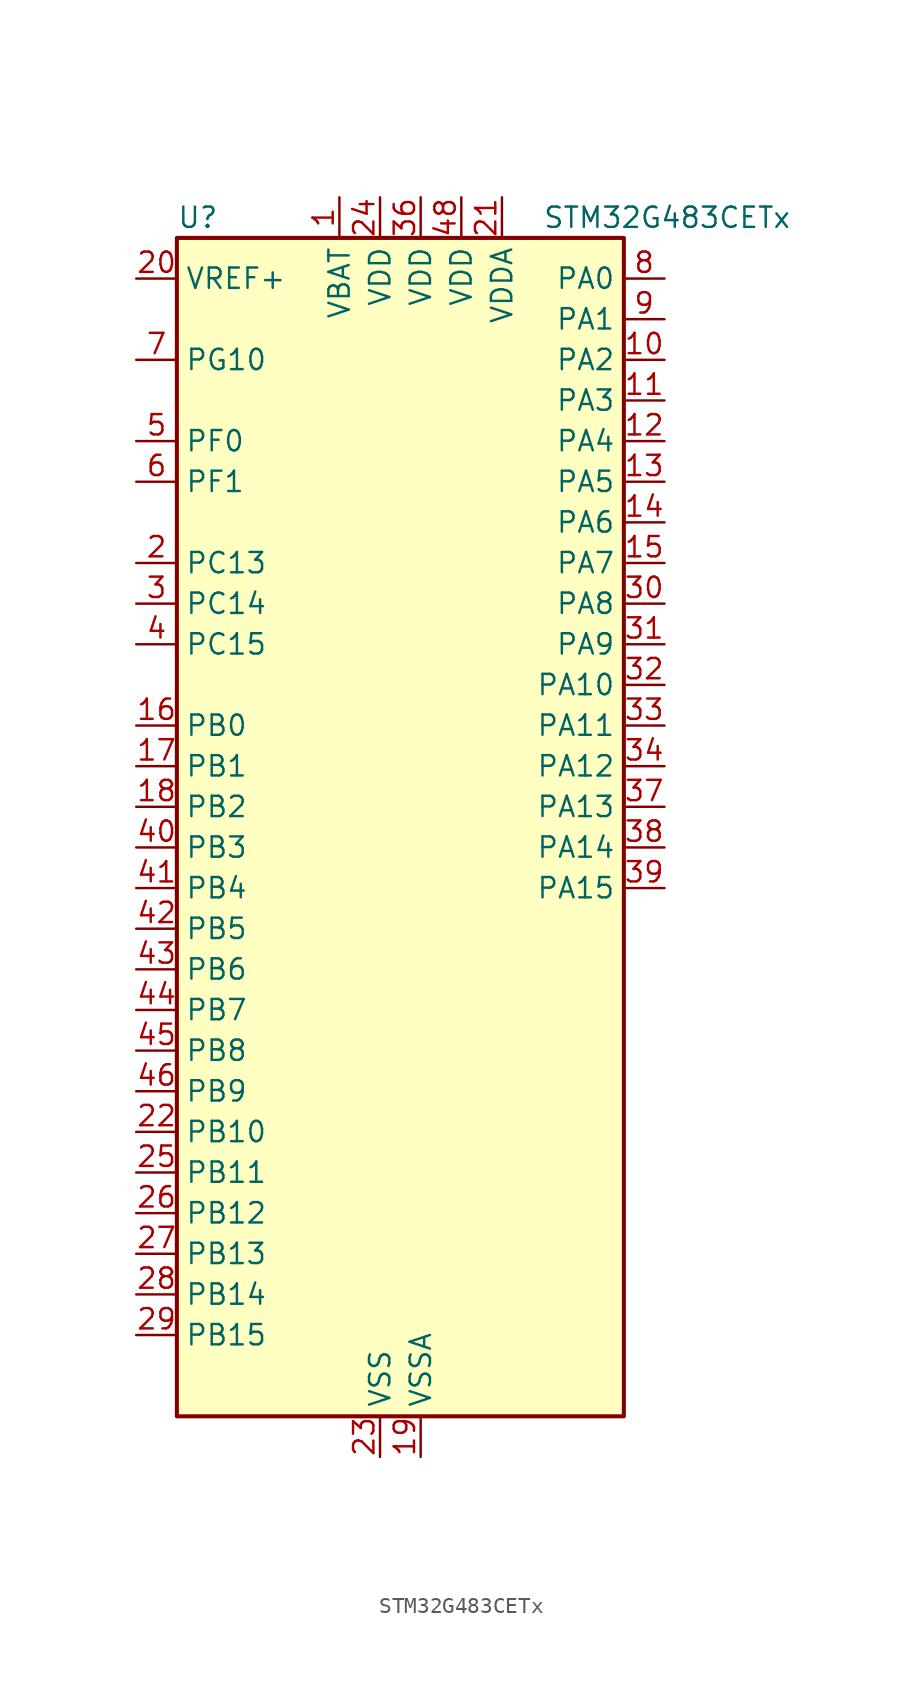
<source format=kicad_sym>
(kicad_symbol_lib
  (version 20220914)
  (generator kicad_symbol_editor)
  (symbol "STM32G483CETx"
    (property "Reference" "U"
      (at -12.7 39.37 0)
      (effects (font (size 1.27 1.27)) (justify left)))
    (property "Value" "STM32G483CETx"
      (at 10.16 39.37 0)
      (effects (font (size 1.27 1.27)) (justify left)))
    (property "ki_locked" ""
      (at 0 0 0)
      (effects (font (size 1.27 1.27))))
    (symbol "STM32G483CETx_0_1"
      (rectangle (start -12.7 -35.56) (end 15.24 38.1) (stroke (width 0.254) (type default)) (fill (type background))))
    (symbol "STM32G483CETx_1_1"
      (pin power_in line (at -2.54 40.64 270) (length 2.54) (name "VBAT" (effects (font (size 1.27 1.27)))) (number "1" (effects (font (size 1.27 1.27)))))
      (pin bidirectional line (at 17.78 30.48 180) (length 2.54) (name "PA2" (effects (font (size 1.27 1.27)))) (number "10" (effects (font (size 1.27 1.27)))) (alternate "ADC1_IN3" bidirectional line) (alternate "ADC3_EXTI2" bidirectional line) (alternate "ADC4_EXTI2" bidirectional line) (alternate "ADC5_EXTI2" bidirectional line) (alternate "COMP2_INM" bidirectional line) (alternate "COMP2_OUT" bidirectional line) (alternate "LPUART1_TX" bidirectional line) (alternate "OPAMP1_VOUT" bidirectional line) (alternate "QUADSPI1_BK1_NCS" bidirectional line) (alternate "RCC_LSCO" bidirectional line) (alternate "SYS_WKUP4" bidirectional line) (alternate "TIM15_CH1" bidirectional line) (alternate "TIM2_CH3" bidirectional line) (alternate "TIM5_CH3" bidirectional line) (alternate "UCPD1_FRSTX1" bidirectional line) (alternate "UCPD1_FRSTX2" bidirectional line) (alternate "USART2_TX" bidirectional line))
      (pin bidirectional line (at 17.78 27.94 180) (length 2.54) (name "PA3" (effects (font (size 1.27 1.27)))) (number "11" (effects (font (size 1.27 1.27)))) (alternate "ADC1_IN4" bidirectional line) (alternate "ADC3_EXTI3" bidirectional line) (alternate "ADC4_EXTI3" bidirectional line) (alternate "ADC5_EXTI3" bidirectional line) (alternate "COMP2_INP" bidirectional line) (alternate "LPUART1_RX" bidirectional line) (alternate "OPAMP1_VINM" bidirectional line) (alternate "OPAMP1_VINM0" bidirectional line) (alternate "OPAMP1_VINM_SEC" bidirectional line) (alternate "OPAMP1_VINP" bidirectional line) (alternate "OPAMP1_VINP_SEC" bidirectional line) (alternate "OPAMP5_VINM" bidirectional line) (alternate "OPAMP5_VINM1" bidirectional line) (alternate "OPAMP5_VINM_SEC" bidirectional line) (alternate "QUADSPI1_CLK" bidirectional line) (alternate "SAI1_CK1" bidirectional line) (alternate "SAI1_MCLK_A" bidirectional line) (alternate "TIM15_CH2" bidirectional line) (alternate "TIM2_CH4" bidirectional line) (alternate "TIM5_CH4" bidirectional line) (alternate "USART2_RX" bidirectional line))
      (pin bidirectional line (at 17.78 25.4 180) (length 2.54) (name "PA4" (effects (font (size 1.27 1.27)))) (number "12" (effects (font (size 1.27 1.27)))) (alternate "ADC2_IN17" bidirectional line) (alternate "COMP1_INM" bidirectional line) (alternate "DAC1_OUT1" bidirectional line) (alternate "I2S3_WS" bidirectional line) (alternate "SAI1_FS_B" bidirectional line) (alternate "SPI1_NSS" bidirectional line) (alternate "SPI3_NSS" bidirectional line) (alternate "TIM3_CH2" bidirectional line) (alternate "USART2_CK" bidirectional line))
      (pin bidirectional line (at 17.78 22.86 180) (length 2.54) (name "PA5" (effects (font (size 1.27 1.27)))) (number "13" (effects (font (size 1.27 1.27)))) (alternate "ADC2_IN13" bidirectional line) (alternate "COMP2_INM" bidirectional line) (alternate "DAC1_OUT2" bidirectional line) (alternate "OPAMP2_VINM" bidirectional line) (alternate "OPAMP2_VINM0" bidirectional line) (alternate "OPAMP2_VINM_SEC" bidirectional line) (alternate "SPI1_SCK" bidirectional line) (alternate "TIM2_CH1" bidirectional line) (alternate "TIM2_ETR" bidirectional line) (alternate "UCPD1_FRSTX1" bidirectional line) (alternate "UCPD1_FRSTX2" bidirectional line))
      (pin bidirectional line (at 17.78 20.32 180) (length 2.54) (name "PA6" (effects (font (size 1.27 1.27)))) (number "14" (effects (font (size 1.27 1.27)))) (alternate "ADC2_IN3" bidirectional line) (alternate "COMP1_OUT" bidirectional line) (alternate "DAC2_OUT1" bidirectional line) (alternate "LPUART1_CTS" bidirectional line) (alternate "OPAMP2_VOUT" bidirectional line) (alternate "QUADSPI1_BK1_IO3" bidirectional line) (alternate "SPI1_MISO" bidirectional line) (alternate "TIM16_CH1" bidirectional line) (alternate "TIM1_BKIN" bidirectional line) (alternate "TIM3_CH1" bidirectional line) (alternate "TIM8_BKIN" bidirectional line))
      (pin bidirectional line (at 17.78 17.78 180) (length 2.54) (name "PA7" (effects (font (size 1.27 1.27)))) (number "15" (effects (font (size 1.27 1.27)))) (alternate "ADC2_IN4" bidirectional line) (alternate "COMP2_INP" bidirectional line) (alternate "COMP2_OUT" bidirectional line) (alternate "OPAMP1_VINP" bidirectional line) (alternate "OPAMP1_VINP_SEC" bidirectional line) (alternate "OPAMP2_VINP" bidirectional line) (alternate "OPAMP2_VINP_SEC" bidirectional line) (alternate "QUADSPI1_BK1_IO2" bidirectional line) (alternate "SPI1_MOSI" bidirectional line) (alternate "TIM17_CH1" bidirectional line) (alternate "TIM1_CH1N" bidirectional line) (alternate "TIM3_CH2" bidirectional line) (alternate "TIM8_CH1N" bidirectional line) (alternate "UCPD1_FRSTX1" bidirectional line) (alternate "UCPD1_FRSTX2" bidirectional line))
      (pin bidirectional line (at -15.24 7.62 0) (length 2.54) (name "PB0" (effects (font (size 1.27 1.27)))) (number "16" (effects (font (size 1.27 1.27)))) (alternate "ADC1_IN15" bidirectional line) (alternate "ADC3_IN12" bidirectional line) (alternate "COMP4_INP" bidirectional line) (alternate "OPAMP2_VINP" bidirectional line) (alternate "OPAMP2_VINP_SEC" bidirectional line) (alternate "OPAMP3_VINP" bidirectional line) (alternate "OPAMP3_VINP_SEC" bidirectional line) (alternate "QUADSPI1_BK1_IO1" bidirectional line) (alternate "TIM1_CH2N" bidirectional line) (alternate "TIM3_CH3" bidirectional line) (alternate "TIM8_CH2N" bidirectional line) (alternate "UCPD1_FRSTX1" bidirectional line) (alternate "UCPD1_FRSTX2" bidirectional line))
      (pin bidirectional line (at -15.24 5.08 0) (length 2.54) (name "PB1" (effects (font (size 1.27 1.27)))) (number "17" (effects (font (size 1.27 1.27)))) (alternate "ADC1_IN12" bidirectional line) (alternate "ADC3_IN1" bidirectional line) (alternate "COMP1_INP" bidirectional line) (alternate "COMP4_OUT" bidirectional line) (alternate "LPUART1_DE" bidirectional line) (alternate "LPUART1_RTS" bidirectional line) (alternate "OPAMP3_VOUT" bidirectional line) (alternate "OPAMP6_VINM" bidirectional line) (alternate "OPAMP6_VINM1" bidirectional line) (alternate "OPAMP6_VINM_SEC" bidirectional line) (alternate "QUADSPI1_BK1_IO0" bidirectional line) (alternate "TIM1_CH3N" bidirectional line) (alternate "TIM3_CH4" bidirectional line) (alternate "TIM8_CH3N" bidirectional line))
      (pin bidirectional line (at -15.24 2.54 0) (length 2.54) (name "PB2" (effects (font (size 1.27 1.27)))) (number "18" (effects (font (size 1.27 1.27)))) (alternate "ADC2_IN12" bidirectional line) (alternate "ADC3_EXTI2" bidirectional line) (alternate "ADC4_EXTI2" bidirectional line) (alternate "ADC5_EXTI2" bidirectional line) (alternate "COMP4_INM" bidirectional line) (alternate "I2C3_SMBA" bidirectional line) (alternate "LPTIM1_OUT" bidirectional line) (alternate "OPAMP3_VINM" bidirectional line) (alternate "OPAMP3_VINM0" bidirectional line) (alternate "OPAMP3_VINM_SEC" bidirectional line) (alternate "QUADSPI1_BK2_IO1" bidirectional line) (alternate "RTC_OUT2" bidirectional line) (alternate "TIM20_CH1" bidirectional line) (alternate "TIM5_CH1" bidirectional line))
      (pin power_in line (at 2.54 -38.1 90) (length 2.54) (name "VSSA" (effects (font (size 1.27 1.27)))) (number "19" (effects (font (size 1.27 1.27)))))
      (pin bidirectional line (at -15.24 17.78 0) (length 2.54) (name "PC13" (effects (font (size 1.27 1.27)))) (number "2" (effects (font (size 1.27 1.27)))) (alternate "RTC_OUT1" bidirectional line) (alternate "RTC_TAMP1" bidirectional line) (alternate "RTC_TS" bidirectional line) (alternate "SYS_WKUP2" bidirectional line) (alternate "TIM1_BKIN" bidirectional line) (alternate "TIM1_CH1N" bidirectional line) (alternate "TIM8_CH4N" bidirectional line))
      (pin input line (at -15.24 35.56 0) (length 2.54) (name "VREF+" (effects (font (size 1.27 1.27)))) (number "20" (effects (font (size 1.27 1.27)))) (alternate "VREFBUF_OUT" bidirectional line))
      (pin power_in line (at 7.62 40.64 270) (length 2.54) (name "VDDA" (effects (font (size 1.27 1.27)))) (number "21" (effects (font (size 1.27 1.27)))))
      (pin bidirectional line (at -15.24 -17.78 0) (length 2.54) (name "PB10" (effects (font (size 1.27 1.27)))) (number "22" (effects (font (size 1.27 1.27)))) (alternate "COMP5_INM" bidirectional line) (alternate "DAC1_EXTI10" bidirectional line) (alternate "DAC2_EXTI10" bidirectional line) (alternate "DAC3_EXTI10" bidirectional line) (alternate "DAC4_EXTI10" bidirectional line) (alternate "LPUART1_RX" bidirectional line) (alternate "OPAMP3_VINM" bidirectional line) (alternate "OPAMP3_VINM1" bidirectional line) (alternate "OPAMP3_VINM_SEC" bidirectional line) (alternate "OPAMP4_VINM" bidirectional line) (alternate "OPAMP4_VINM0" bidirectional line) (alternate "OPAMP4_VINM_SEC" bidirectional line) (alternate "QUADSPI1_CLK" bidirectional line) (alternate "SAI1_SCK_A" bidirectional line) (alternate "TIM1_BKIN" bidirectional line) (alternate "TIM2_CH3" bidirectional line) (alternate "USART3_TX" bidirectional line))
      (pin power_in line (at 0 -38.1 90) (length 2.54) (name "VSS" (effects (font (size 1.27 1.27)))) (number "23" (effects (font (size 1.27 1.27)))))
      (pin power_in line (at 0 40.64 270) (length 2.54) (name "VDD" (effects (font (size 1.27 1.27)))) (number "24" (effects (font (size 1.27 1.27)))))
      (pin bidirectional line (at -15.24 -20.32 0) (length 2.54) (name "PB11" (effects (font (size 1.27 1.27)))) (number "25" (effects (font (size 1.27 1.27)))) (alternate "ADC1_EXTI11" bidirectional line) (alternate "ADC1_IN14" bidirectional line) (alternate "ADC2_EXTI11" bidirectional line) (alternate "ADC2_IN14" bidirectional line) (alternate "COMP6_INP" bidirectional line) (alternate "LPUART1_TX" bidirectional line) (alternate "OPAMP4_VINP" bidirectional line) (alternate "OPAMP4_VINP_SEC" bidirectional line) (alternate "OPAMP6_VOUT" bidirectional line) (alternate "QUADSPI1_BK1_NCS" bidirectional line) (alternate "TIM2_CH4" bidirectional line) (alternate "USART3_RX" bidirectional line))
      (pin bidirectional line (at -15.24 -22.86 0) (length 2.54) (name "PB12" (effects (font (size 1.27 1.27)))) (number "26" (effects (font (size 1.27 1.27)))) (alternate "ADC1_IN11" bidirectional line) (alternate "ADC4_IN3" bidirectional line) (alternate "COMP7_INM" bidirectional line) (alternate "FDCAN2_RX" bidirectional line) (alternate "I2C2_SMBA" bidirectional line) (alternate "I2S2_WS" bidirectional line) (alternate "LPUART1_DE" bidirectional line) (alternate "LPUART1_RTS" bidirectional line) (alternate "OPAMP4_VOUT" bidirectional line) (alternate "OPAMP6_VINP" bidirectional line) (alternate "OPAMP6_VINP_SEC" bidirectional line) (alternate "SPI2_NSS" bidirectional line) (alternate "TIM1_BKIN" bidirectional line) (alternate "TIM5_ETR" bidirectional line) (alternate "USART3_CK" bidirectional line))
      (pin bidirectional line (at -15.24 -25.4 0) (length 2.54) (name "PB13" (effects (font (size 1.27 1.27)))) (number "27" (effects (font (size 1.27 1.27)))) (alternate "ADC3_IN5" bidirectional line) (alternate "COMP5_INP" bidirectional line) (alternate "FDCAN2_TX" bidirectional line) (alternate "I2S2_CK" bidirectional line) (alternate "LPUART1_CTS" bidirectional line) (alternate "OPAMP3_VINP" bidirectional line) (alternate "OPAMP3_VINP_SEC" bidirectional line) (alternate "OPAMP4_VINP" bidirectional line) (alternate "OPAMP4_VINP_SEC" bidirectional line) (alternate "OPAMP6_VINP" bidirectional line) (alternate "OPAMP6_VINP_SEC" bidirectional line) (alternate "SPI2_SCK" bidirectional line) (alternate "TIM1_CH1N" bidirectional line) (alternate "USART3_CTS" bidirectional line) (alternate "USART3_NSS" bidirectional line))
      (pin bidirectional line (at -15.24 -27.94 0) (length 2.54) (name "PB14" (effects (font (size 1.27 1.27)))) (number "28" (effects (font (size 1.27 1.27)))) (alternate "ADC1_IN5" bidirectional line) (alternate "ADC4_IN4" bidirectional line) (alternate "COMP4_OUT" bidirectional line) (alternate "COMP7_INP" bidirectional line) (alternate "OPAMP2_VINP" bidirectional line) (alternate "OPAMP2_VINP_SEC" bidirectional line) (alternate "OPAMP5_VINP" bidirectional line) (alternate "OPAMP5_VINP_SEC" bidirectional line) (alternate "SPI2_MISO" bidirectional line) (alternate "TIM15_CH1" bidirectional line) (alternate "TIM1_CH2N" bidirectional line) (alternate "USART3_DE" bidirectional line) (alternate "USART3_RTS" bidirectional line))
      (pin bidirectional line (at -15.24 -30.48 0) (length 2.54) (name "PB15" (effects (font (size 1.27 1.27)))) (number "29" (effects (font (size 1.27 1.27)))) (alternate "ADC1_EXTI15" bidirectional line) (alternate "ADC2_EXTI15" bidirectional line) (alternate "ADC2_IN15" bidirectional line) (alternate "ADC4_IN5" bidirectional line) (alternate "COMP3_OUT" bidirectional line) (alternate "COMP6_INM" bidirectional line) (alternate "I2S2_SD" bidirectional line) (alternate "OPAMP5_VINM" bidirectional line) (alternate "OPAMP5_VINM0" bidirectional line) (alternate "OPAMP5_VINM_SEC" bidirectional line) (alternate "RTC_REFIN" bidirectional line) (alternate "SPI2_MOSI" bidirectional line) (alternate "TIM15_CH1N" bidirectional line) (alternate "TIM15_CH2" bidirectional line) (alternate "TIM1_CH3N" bidirectional line))
      (pin bidirectional line (at -15.24 15.24 0) (length 2.54) (name "PC14" (effects (font (size 1.27 1.27)))) (number "3" (effects (font (size 1.27 1.27)))) (alternate "RCC_OSC32_IN" bidirectional line))
      (pin bidirectional line (at 17.78 15.24 180) (length 2.54) (name "PA8" (effects (font (size 1.27 1.27)))) (number "30" (effects (font (size 1.27 1.27)))) (alternate "ADC5_IN1" bidirectional line) (alternate "COMP7_OUT" bidirectional line) (alternate "FDCAN3_RX" bidirectional line) (alternate "I2C2_SDA" bidirectional line) (alternate "I2C3_SCL" bidirectional line) (alternate "I2S2_MCK" bidirectional line) (alternate "OPAMP5_VOUT" bidirectional line) (alternate "RCC_MCO" bidirectional line) (alternate "SAI1_CK2" bidirectional line) (alternate "SAI1_SCK_A" bidirectional line) (alternate "TIM1_CH1" bidirectional line) (alternate "TIM4_ETR" bidirectional line) (alternate "USART1_CK" bidirectional line))
      (pin bidirectional line (at 17.78 12.7 180) (length 2.54) (name "PA9" (effects (font (size 1.27 1.27)))) (number "31" (effects (font (size 1.27 1.27)))) (alternate "ADC5_IN2" bidirectional line) (alternate "COMP5_OUT" bidirectional line) (alternate "DAC1_EXTI9" bidirectional line) (alternate "DAC2_EXTI9" bidirectional line) (alternate "DAC3_EXTI9" bidirectional line) (alternate "DAC4_EXTI9" bidirectional line) (alternate "I2C2_SCL" bidirectional line) (alternate "I2C3_SMBA" bidirectional line) (alternate "I2S3_MCK" bidirectional line) (alternate "SAI1_FS_A" bidirectional line) (alternate "TIM15_BKIN" bidirectional line) (alternate "TIM1_CH2" bidirectional line) (alternate "TIM2_CH3" bidirectional line) (alternate "UCPD1_DBCC1" bidirectional line) (alternate "USART1_TX" bidirectional line))
      (pin bidirectional line (at 17.78 10.16 180) (length 2.54) (name "PA10" (effects (font (size 1.27 1.27)))) (number "32" (effects (font (size 1.27 1.27)))) (alternate "COMP6_OUT" bidirectional line) (alternate "CRS_SYNC" bidirectional line) (alternate "DAC1_EXTI10" bidirectional line) (alternate "DAC2_EXTI10" bidirectional line) (alternate "DAC3_EXTI10" bidirectional line) (alternate "DAC4_EXTI10" bidirectional line) (alternate "I2C2_SMBA" bidirectional line) (alternate "SAI1_D1" bidirectional line) (alternate "SAI1_SD_A" bidirectional line) (alternate "SPI2_MISO" bidirectional line) (alternate "TIM17_BKIN" bidirectional line) (alternate "TIM1_CH3" bidirectional line) (alternate "TIM2_CH4" bidirectional line) (alternate "TIM8_BKIN" bidirectional line) (alternate "UCPD1_DBCC2" bidirectional line) (alternate "USART1_RX" bidirectional line))
      (pin bidirectional line (at 17.78 7.62 180) (length 2.54) (name "PA11" (effects (font (size 1.27 1.27)))) (number "33" (effects (font (size 1.27 1.27)))) (alternate "ADC1_EXTI11" bidirectional line) (alternate "ADC2_EXTI11" bidirectional line) (alternate "COMP1_OUT" bidirectional line) (alternate "FDCAN1_RX" bidirectional line) (alternate "I2S2_SD" bidirectional line) (alternate "SPI2_MOSI" bidirectional line) (alternate "TIM1_BKIN2" bidirectional line) (alternate "TIM1_CH1N" bidirectional line) (alternate "TIM1_CH4" bidirectional line) (alternate "TIM4_CH1" bidirectional line) (alternate "USART1_CTS" bidirectional line) (alternate "USART1_NSS" bidirectional line) (alternate "USB_DM" bidirectional line))
      (pin bidirectional line (at 17.78 5.08 180) (length 2.54) (name "PA12" (effects (font (size 1.27 1.27)))) (number "34" (effects (font (size 1.27 1.27)))) (alternate "COMP2_OUT" bidirectional line) (alternate "FDCAN1_TX" bidirectional line) (alternate "I2S_CKIN" bidirectional line) (alternate "TIM16_CH1" bidirectional line) (alternate "TIM1_CH2N" bidirectional line) (alternate "TIM1_ETR" bidirectional line) (alternate "TIM4_CH2" bidirectional line) (alternate "USART1_DE" bidirectional line) (alternate "USART1_RTS" bidirectional line) (alternate "USB_DP" bidirectional line))
      (pin passive line (at 0 -38.1 90) (length 2.54) hide (name "VSS" (effects (font (size 1.27 1.27)))) (number "35" (effects (font (size 1.27 1.27)))))
      (pin power_in line (at 2.54 40.64 270) (length 2.54) (name "VDD" (effects (font (size 1.27 1.27)))) (number "36" (effects (font (size 1.27 1.27)))))
      (pin bidirectional line (at 17.78 2.54 180) (length 2.54) (name "PA13" (effects (font (size 1.27 1.27)))) (number "37" (effects (font (size 1.27 1.27)))) (alternate "I2C1_SCL" bidirectional line) (alternate "I2C4_SCL" bidirectional line) (alternate "IR_OUT" bidirectional line) (alternate "SAI1_SD_B" bidirectional line) (alternate "SYS_JTMS-SWDIO" bidirectional line) (alternate "TIM16_CH1N" bidirectional line) (alternate "TIM4_CH3" bidirectional line) (alternate "USART3_CTS" bidirectional line) (alternate "USART3_NSS" bidirectional line))
      (pin bidirectional line (at 17.78 0 180) (length 2.54) (name "PA14" (effects (font (size 1.27 1.27)))) (number "38" (effects (font (size 1.27 1.27)))) (alternate "I2C1_SDA" bidirectional line) (alternate "I2C4_SMBA" bidirectional line) (alternate "LPTIM1_OUT" bidirectional line) (alternate "SAI1_FS_B" bidirectional line) (alternate "SYS_JTCK-SWCLK" bidirectional line) (alternate "TIM1_BKIN" bidirectional line) (alternate "TIM8_CH2" bidirectional line) (alternate "USART2_TX" bidirectional line))
      (pin bidirectional line (at 17.78 -2.54 180) (length 2.54) (name "PA15" (effects (font (size 1.27 1.27)))) (number "39" (effects (font (size 1.27 1.27)))) (alternate "ADC1_EXTI15" bidirectional line) (alternate "ADC2_EXTI15" bidirectional line) (alternate "FDCAN3_TX" bidirectional line) (alternate "I2C1_SCL" bidirectional line) (alternate "I2S3_WS" bidirectional line) (alternate "SPI1_NSS" bidirectional line) (alternate "SPI3_NSS" bidirectional line) (alternate "SYS_JTDI" bidirectional line) (alternate "TIM1_BKIN" bidirectional line) (alternate "TIM2_CH1" bidirectional line) (alternate "TIM2_ETR" bidirectional line) (alternate "TIM8_CH1" bidirectional line) (alternate "USART2_RX" bidirectional line))
      (pin bidirectional line (at -15.24 12.7 0) (length 2.54) (name "PC15" (effects (font (size 1.27 1.27)))) (number "4" (effects (font (size 1.27 1.27)))) (alternate "ADC1_EXTI15" bidirectional line) (alternate "ADC2_EXTI15" bidirectional line) (alternate "RCC_OSC32_OUT" bidirectional line))
      (pin bidirectional line (at -15.24 0 0) (length 2.54) (name "PB3" (effects (font (size 1.27 1.27)))) (number "40" (effects (font (size 1.27 1.27)))) (alternate "ADC3_EXTI3" bidirectional line) (alternate "ADC4_EXTI3" bidirectional line) (alternate "ADC5_EXTI3" bidirectional line) (alternate "CRS_SYNC" bidirectional line) (alternate "FDCAN3_RX" bidirectional line) (alternate "I2S3_CK" bidirectional line) (alternate "SAI1_SCK_B" bidirectional line) (alternate "SPI1_SCK" bidirectional line) (alternate "SPI3_SCK" bidirectional line) (alternate "SYS_JTDO-SWO" bidirectional line) (alternate "TIM2_CH2" bidirectional line) (alternate "TIM3_ETR" bidirectional line) (alternate "TIM4_ETR" bidirectional line) (alternate "TIM8_CH1N" bidirectional line) (alternate "USART2_TX" bidirectional line))
      (pin bidirectional line (at -15.24 -2.54 0) (length 2.54) (name "PB4" (effects (font (size 1.27 1.27)))) (number "41" (effects (font (size 1.27 1.27)))) (alternate "FDCAN3_TX" bidirectional line) (alternate "SAI1_MCLK_B" bidirectional line) (alternate "SPI1_MISO" bidirectional line) (alternate "SPI3_MISO" bidirectional line) (alternate "SYS_JTRST" bidirectional line) (alternate "TIM16_CH1" bidirectional line) (alternate "TIM17_BKIN" bidirectional line) (alternate "TIM3_CH1" bidirectional line) (alternate "TIM8_CH2N" bidirectional line) (alternate "UCPD1_CC2" bidirectional line) (alternate "USART2_RX" bidirectional line))
      (pin bidirectional line (at -15.24 -5.08 0) (length 2.54) (name "PB5" (effects (font (size 1.27 1.27)))) (number "42" (effects (font (size 1.27 1.27)))) (alternate "FDCAN2_RX" bidirectional line) (alternate "I2C1_SMBA" bidirectional line) (alternate "I2C3_SDA" bidirectional line) (alternate "I2S3_SD" bidirectional line) (alternate "LPTIM1_IN1" bidirectional line) (alternate "SAI1_SD_B" bidirectional line) (alternate "SPI1_MOSI" bidirectional line) (alternate "SPI3_MOSI" bidirectional line) (alternate "TIM16_BKIN" bidirectional line) (alternate "TIM17_CH1" bidirectional line) (alternate "TIM3_CH2" bidirectional line) (alternate "TIM8_CH3N" bidirectional line) (alternate "USART2_CK" bidirectional line))
      (pin bidirectional line (at -15.24 -7.62 0) (length 2.54) (name "PB6" (effects (font (size 1.27 1.27)))) (number "43" (effects (font (size 1.27 1.27)))) (alternate "COMP4_OUT" bidirectional line) (alternate "FDCAN2_TX" bidirectional line) (alternate "LPTIM1_ETR" bidirectional line) (alternate "SAI1_FS_B" bidirectional line) (alternate "TIM16_CH1N" bidirectional line) (alternate "TIM4_CH1" bidirectional line) (alternate "TIM8_BKIN2" bidirectional line) (alternate "TIM8_CH1" bidirectional line) (alternate "TIM8_ETR" bidirectional line) (alternate "UCPD1_CC1" bidirectional line) (alternate "USART1_TX" bidirectional line))
      (pin bidirectional line (at -15.24 -10.16 0) (length 2.54) (name "PB7" (effects (font (size 1.27 1.27)))) (number "44" (effects (font (size 1.27 1.27)))) (alternate "COMP3_OUT" bidirectional line) (alternate "I2C1_SDA" bidirectional line) (alternate "I2C4_SDA" bidirectional line) (alternate "LPTIM1_IN2" bidirectional line) (alternate "SYS_PVD_IN" bidirectional line) (alternate "TIM17_CH1N" bidirectional line) (alternate "TIM3_CH4" bidirectional line) (alternate "TIM4_CH2" bidirectional line) (alternate "TIM8_BKIN" bidirectional line) (alternate "USART1_RX" bidirectional line))
      (pin bidirectional line (at -15.24 -12.7 0) (length 2.54) (name "PB8" (effects (font (size 1.27 1.27)))) (number "45" (effects (font (size 1.27 1.27)))) (alternate "COMP1_OUT" bidirectional line) (alternate "FDCAN1_RX" bidirectional line) (alternate "I2C1_SCL" bidirectional line) (alternate "SAI1_CK1" bidirectional line) (alternate "SAI1_MCLK_A" bidirectional line) (alternate "TIM16_CH1" bidirectional line) (alternate "TIM1_BKIN" bidirectional line) (alternate "TIM4_CH3" bidirectional line) (alternate "TIM8_CH2" bidirectional line) (alternate "USART3_RX" bidirectional line))
      (pin bidirectional line (at -15.24 -15.24 0) (length 2.54) (name "PB9" (effects (font (size 1.27 1.27)))) (number "46" (effects (font (size 1.27 1.27)))) (alternate "COMP2_OUT" bidirectional line) (alternate "DAC1_EXTI9" bidirectional line) (alternate "DAC2_EXTI9" bidirectional line) (alternate "DAC3_EXTI9" bidirectional line) (alternate "DAC4_EXTI9" bidirectional line) (alternate "FDCAN1_TX" bidirectional line) (alternate "I2C1_SDA" bidirectional line) (alternate "IR_OUT" bidirectional line) (alternate "SAI1_D2" bidirectional line) (alternate "SAI1_FS_A" bidirectional line) (alternate "TIM17_CH1" bidirectional line) (alternate "TIM1_CH3N" bidirectional line) (alternate "TIM4_CH4" bidirectional line) (alternate "TIM8_CH3" bidirectional line) (alternate "USART3_TX" bidirectional line))
      (pin passive line (at 0 -38.1 90) (length 2.54) hide (name "VSS" (effects (font (size 1.27 1.27)))) (number "47" (effects (font (size 1.27 1.27)))))
      (pin power_in line (at 5.08 40.64 270) (length 2.54) (name "VDD" (effects (font (size 1.27 1.27)))) (number "48" (effects (font (size 1.27 1.27)))))
      (pin bidirectional line (at -15.24 25.4 0) (length 2.54) (name "PF0" (effects (font (size 1.27 1.27)))) (number "5" (effects (font (size 1.27 1.27)))) (alternate "ADC1_IN10" bidirectional line) (alternate "I2C2_SDA" bidirectional line) (alternate "I2S2_WS" bidirectional line) (alternate "RCC_OSC_IN" bidirectional line) (alternate "SPI2_NSS" bidirectional line) (alternate "TIM1_CH3N" bidirectional line))
      (pin bidirectional line (at -15.24 22.86 0) (length 2.54) (name "PF1" (effects (font (size 1.27 1.27)))) (number "6" (effects (font (size 1.27 1.27)))) (alternate "ADC2_IN10" bidirectional line) (alternate "COMP3_INM" bidirectional line) (alternate "I2S2_CK" bidirectional line) (alternate "RCC_OSC_OUT" bidirectional line) (alternate "SPI2_SCK" bidirectional line))
      (pin bidirectional line (at -15.24 30.48 0) (length 2.54) (name "PG10" (effects (font (size 1.27 1.27)))) (number "7" (effects (font (size 1.27 1.27)))) (alternate "DAC1_EXTI10" bidirectional line) (alternate "DAC2_EXTI10" bidirectional line) (alternate "DAC3_EXTI10" bidirectional line) (alternate "DAC4_EXTI10" bidirectional line) (alternate "RCC_MCO" bidirectional line))
      (pin bidirectional line (at 17.78 35.56 180) (length 2.54) (name "PA0" (effects (font (size 1.27 1.27)))) (number "8" (effects (font (size 1.27 1.27)))) (alternate "ADC1_IN1" bidirectional line) (alternate "ADC2_IN1" bidirectional line) (alternate "COMP1_INM" bidirectional line) (alternate "COMP1_OUT" bidirectional line) (alternate "COMP3_INP" bidirectional line) (alternate "RTC_TAMP2" bidirectional line) (alternate "SYS_WKUP1" bidirectional line) (alternate "TIM2_CH1" bidirectional line) (alternate "TIM2_ETR" bidirectional line) (alternate "TIM5_CH1" bidirectional line) (alternate "TIM8_BKIN" bidirectional line) (alternate "TIM8_ETR" bidirectional line) (alternate "USART2_CTS" bidirectional line) (alternate "USART2_NSS" bidirectional line))
      (pin bidirectional line (at 17.78 33.02 180) (length 2.54) (name "PA1" (effects (font (size 1.27 1.27)))) (number "9" (effects (font (size 1.27 1.27)))) (alternate "ADC1_IN2" bidirectional line) (alternate "ADC2_IN2" bidirectional line) (alternate "COMP1_INP" bidirectional line) (alternate "OPAMP1_VINP" bidirectional line) (alternate "OPAMP1_VINP_SEC" bidirectional line) (alternate "OPAMP3_VINP" bidirectional line) (alternate "OPAMP3_VINP_SEC" bidirectional line) (alternate "OPAMP6_VINM" bidirectional line) (alternate "OPAMP6_VINM0" bidirectional line) (alternate "OPAMP6_VINM_SEC" bidirectional line) (alternate "RTC_REFIN" bidirectional line) (alternate "TIM15_CH1N" bidirectional line) (alternate "TIM2_CH2" bidirectional line) (alternate "TIM5_CH2" bidirectional line) (alternate "USART2_DE" bidirectional line) (alternate "USART2_RTS" bidirectional line)))))
</source>
